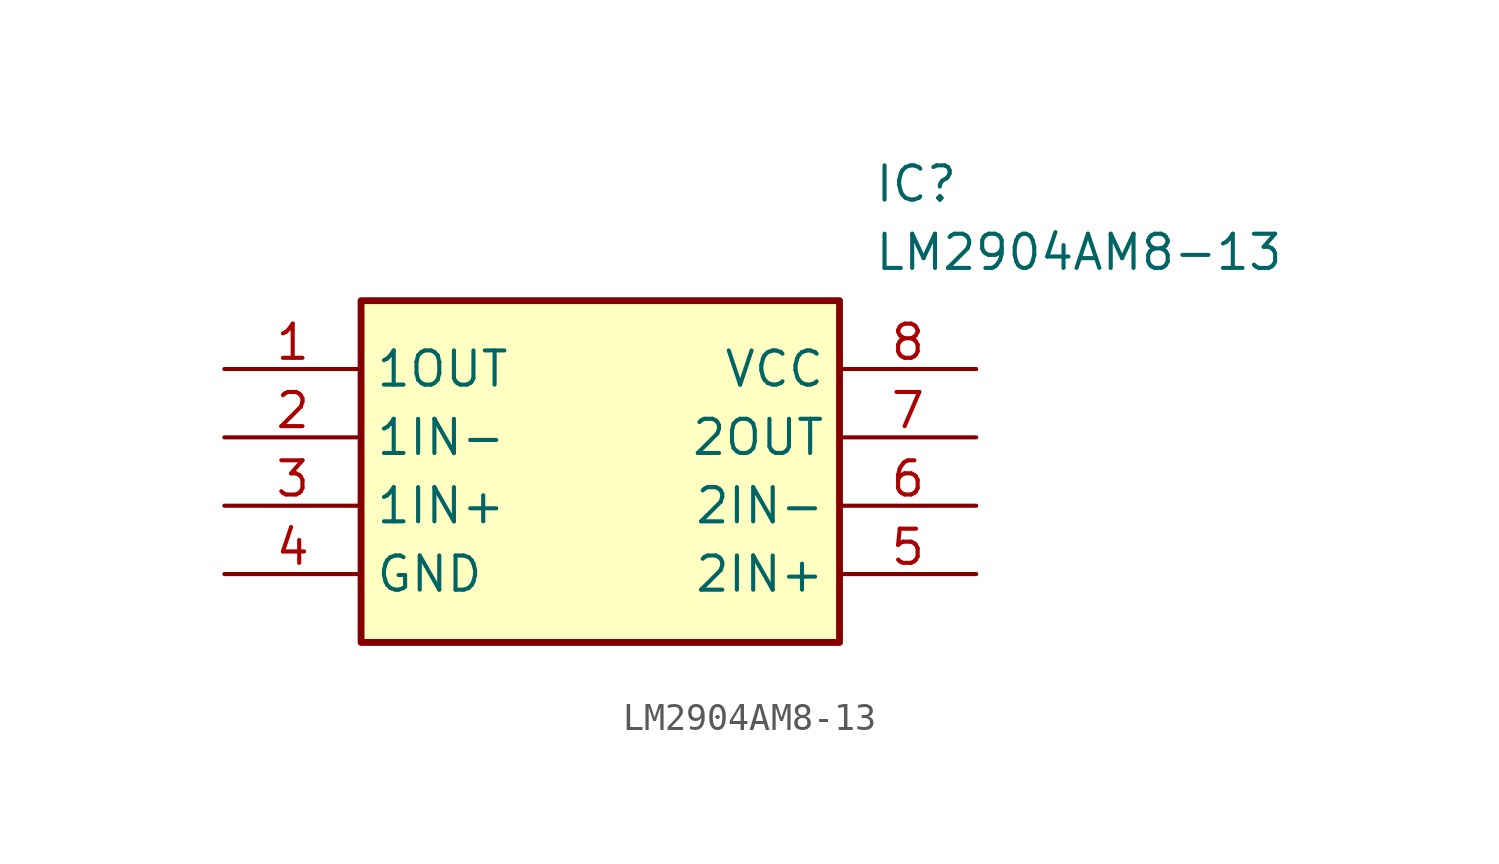
<source format=kicad_sym>
(kicad_symbol_lib
  (version 20211014)
  (generator SamacSys_ECAD_Model)
  (symbol "LM2904AM8-13"
    (property "Reference" "IC"
      (at 24.13 7.62 0)
      (effects (font (size 1.27 1.27)) (justify left top)))
    (property "Value" "LM2904AM8-13"
      (at 24.13 5.08 0)
      (effects (font (size 1.27 1.27)) (justify left top)))
    (rectangle
      (start 5.08 2.54)
      (end 22.86 -10.16)
      (stroke (width 0.254) (type default))
      (fill (type background)))
    (pin passive line
      (at 0 0 0)
      (length 5.08)
      (name "1OUT" (effects (font (size 1.27 1.27))))
      (number "1" (effects (font (size 1.27 1.27)))))
    (pin passive line
      (at 0 -2.54 0)
      (length 5.08)
      (name "1IN-" (effects (font (size 1.27 1.27))))
      (number "2" (effects (font (size 1.27 1.27)))))
    (pin passive line
      (at 0 -5.08 0)
      (length 5.08)
      (name "1IN+" (effects (font (size 1.27 1.27))))
      (number "3" (effects (font (size 1.27 1.27)))))
    (pin passive line
      (at 0 -7.62 0)
      (length 5.08)
      (name "GND" (effects (font (size 1.27 1.27))))
      (number "4" (effects (font (size 1.27 1.27)))))
    (pin passive line
      (at 27.94 0 180)
      (length 5.08)
      (name "VCC" (effects (font (size 1.27 1.27))))
      (number "8" (effects (font (size 1.27 1.27)))))
    (pin passive line
      (at 27.94 -2.54 180)
      (length 5.08)
      (name "2OUT" (effects (font (size 1.27 1.27))))
      (number "7" (effects (font (size 1.27 1.27)))))
    (pin passive line
      (at 27.94 -5.08 180)
      (length 5.08)
      (name "2IN-" (effects (font (size 1.27 1.27))))
      (number "6" (effects (font (size 1.27 1.27)))))
    (pin passive line
      (at 27.94 -7.62 180)
      (length 5.08)
      (name "2IN+" (effects (font (size 1.27 1.27))))
      (number "5" (effects (font (size 1.27 1.27)))))))
</source>
